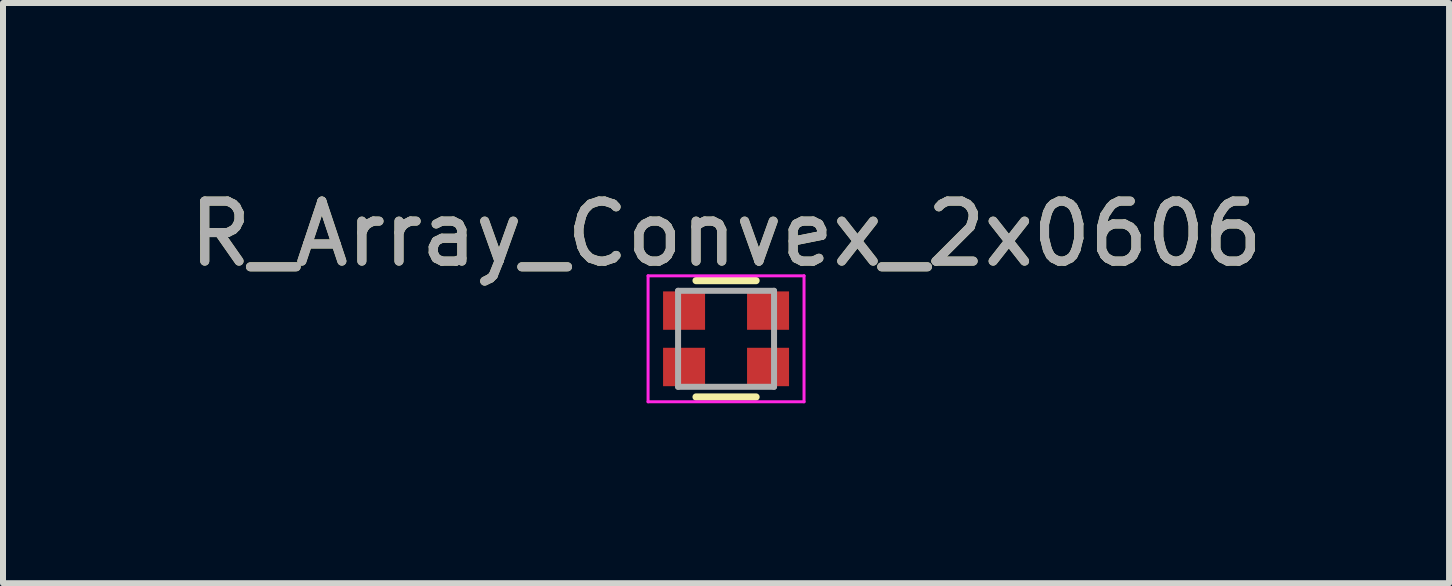
<source format=kicad_pcb>
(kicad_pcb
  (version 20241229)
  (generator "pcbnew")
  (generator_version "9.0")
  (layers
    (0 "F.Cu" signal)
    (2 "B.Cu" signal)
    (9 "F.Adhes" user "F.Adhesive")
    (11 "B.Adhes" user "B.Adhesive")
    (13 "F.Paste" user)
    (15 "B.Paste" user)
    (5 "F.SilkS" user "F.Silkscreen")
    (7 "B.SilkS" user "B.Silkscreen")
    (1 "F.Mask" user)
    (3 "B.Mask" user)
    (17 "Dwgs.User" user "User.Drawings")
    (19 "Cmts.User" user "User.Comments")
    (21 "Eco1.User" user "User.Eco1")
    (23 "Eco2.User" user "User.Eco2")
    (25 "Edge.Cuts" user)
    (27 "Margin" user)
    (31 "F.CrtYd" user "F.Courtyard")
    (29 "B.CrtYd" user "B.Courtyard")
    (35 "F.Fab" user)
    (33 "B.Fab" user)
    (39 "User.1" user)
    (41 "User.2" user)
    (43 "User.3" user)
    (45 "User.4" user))
  (footprint "R_Array_Convex_2x0606"
    (layer "F.Cu")
    (at 9.054 2.598)
    (property "Reference" "R_Array_Convex_2x0606" (at 0 -1.75 0) (layer "F.SilkS") (effects (font (size 1 1) (thickness 0.15))))
    (attr smd)
    (fp_line (start 0.5 -0.97) (end -0.5 -0.97) (stroke (width 0.12) (type solid)) (layer "F.SilkS"))
    (fp_line (start 0.5 0.97) (end -0.5 0.97) (stroke (width 0.12) (type solid)) (layer "F.SilkS"))
    (fp_line (start -1.3 -1.05) (end -1.3 1.05) (stroke (width 0.05) (type solid)) (layer "F.CrtYd"))
    (fp_line (start -1.3 -1.05) (end 1.3 -1.05) (stroke (width 0.05) (type solid)) (layer "F.CrtYd"))
    (fp_line (start 1.3 1.05) (end -1.3 1.05) (stroke (width 0.05) (type solid)) (layer "F.CrtYd"))
    (fp_line (start 1.3 1.05) (end 1.3 -1.05) (stroke (width 0.05) (type solid)) (layer "F.CrtYd"))
    (fp_line (start -0.8 -0.8) (end 0.8 -0.8) (stroke (width 0.1) (type solid)) (layer "F.Fab"))
    (fp_line (start -0.8 0.8) (end -0.8 -0.8) (stroke (width 0.1) (type solid)) (layer "F.Fab"))
    (fp_line (start 0.8 -0.8) (end 0.8 0.8) (stroke (width 0.1) (type solid)) (layer "F.Fab"))
    (fp_line (start 0.8 0.8) (end -0.8 0.8) (stroke (width 0.1) (type solid)) (layer "F.Fab"))
    (fp_text user "${REFERENCE}" (at 0 -1.75 0) (layer "F.Fab") (effects (font (size 1 1) (thickness 0.15))))
    (pad "1" smd rect (at -0.7 -0.47) (size 0.7 0.64) (layers "F.Cu" "F.Mask" "F.Paste"))
    (pad "2" smd rect (at -0.7 0.47) (size 0.7 0.64) (layers "F.Cu" "F.Mask" "F.Paste"))
    (pad "3" smd rect (at 0.7 0.47) (size 0.7 0.64) (layers "F.Cu" "F.Mask" "F.Paste"))
    (pad "4" smd rect (at 0.7 -0.47) (size 0.7 0.64) (layers "F.Cu" "F.Mask" "F.Paste")))
  (gr_rect
    (start -3 -3)
    (end 21.107 6.673)
    (stroke (width 0.1) (type default))
    (fill no)
    (layer "Edge.Cuts")))
</source>
